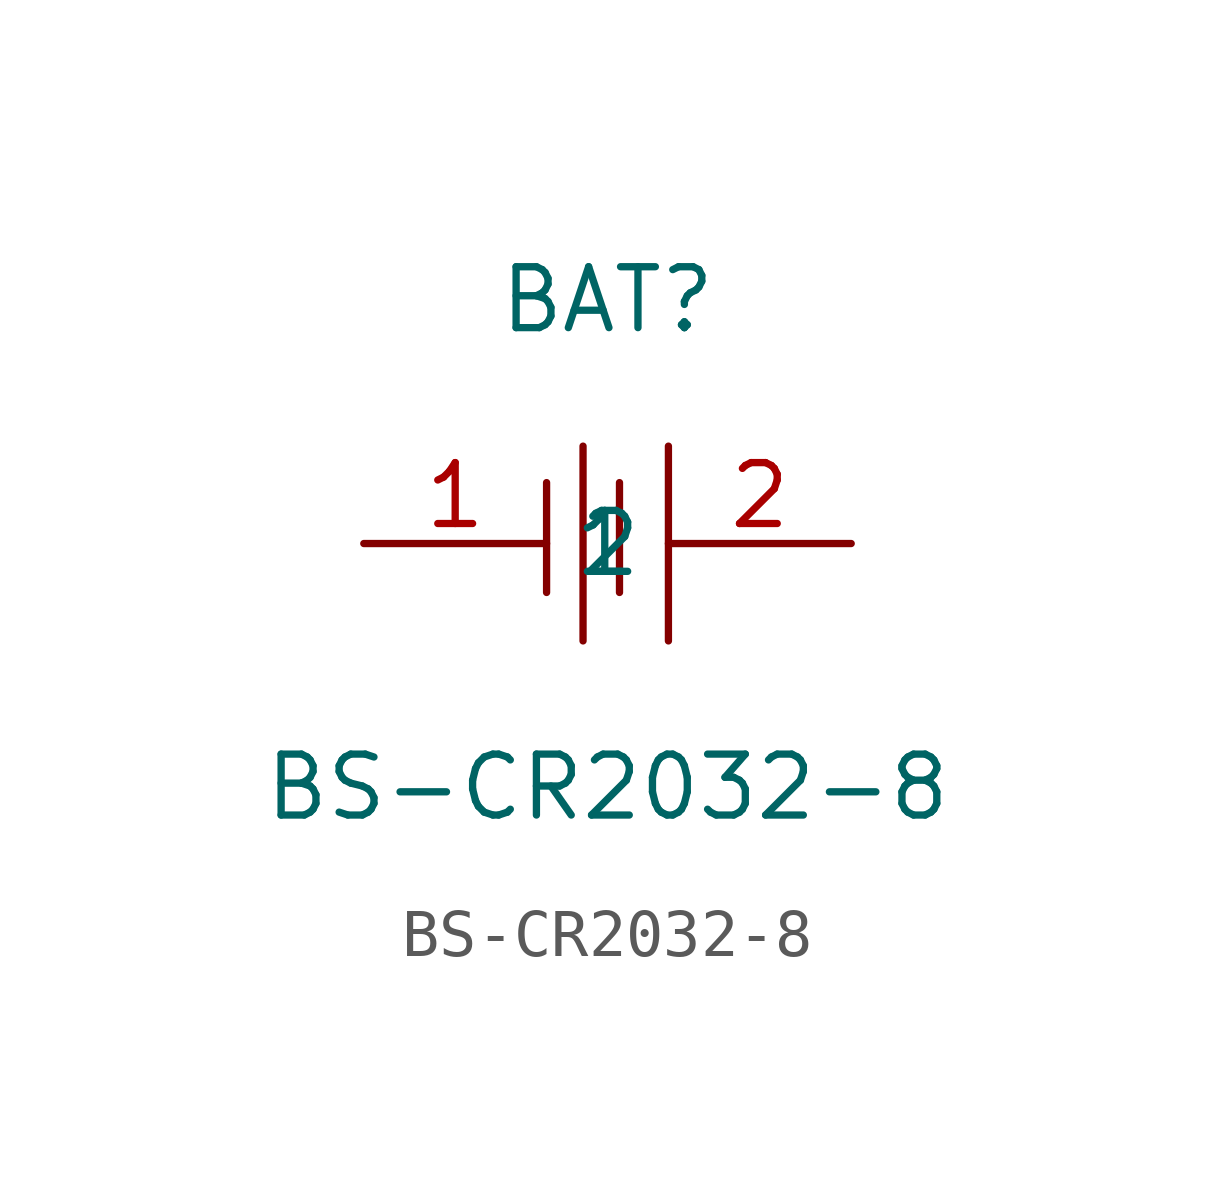
<source format=kicad_sym>
(kicad_symbol_lib
  (version 20211014)
  (generator https://github.com/uPesy/easyeda2kicad.py)
  (symbol "BS-CR2032-8"
    (property "Reference" "BAT"
      (at 0 5.08 0)
      (effects (font (size 1.27 1.27))))
    (property "Value" "BS-CR2032-8"
      (at 0 -5.08 0)
      (effects (font (size 1.27 1.27))))
    (symbol "BS-CR2032-8_0_1"
      (polyline (pts (xy -1.27 -1.02) (xy -1.27 1.27)) (stroke (width 0) (type default) (color 0 0 0 0)) (fill (type none)))
      (polyline (pts (xy -0.51 -2.03) (xy -0.51 2.03)) (stroke (width 0) (type default) (color 0 0 0 0)) (fill (type none)))
      (polyline (pts (xy 0.25 -1.02) (xy 0.25 1.27)) (stroke (width 0) (type default) (color 0 0 0 0)) (fill (type none)))
      (polyline (pts (xy 1.27 -2.03) (xy 1.27 2.03)) (stroke (width 0) (type default) (color 0 0 0 0)) (fill (type none)))
      (pin input line (at -5.08 -0.00 0) (length 3.81) (name "1" (effects (font (size 1.27 1.27)))) (number "1" (effects (font (size 1.27 1.27)))))
      (pin input line (at 5.08 -0.00 180) (length 3.81) (name "2" (effects (font (size 1.27 1.27)))) (number "2" (effects (font (size 1.27 1.27))))))))
</source>
